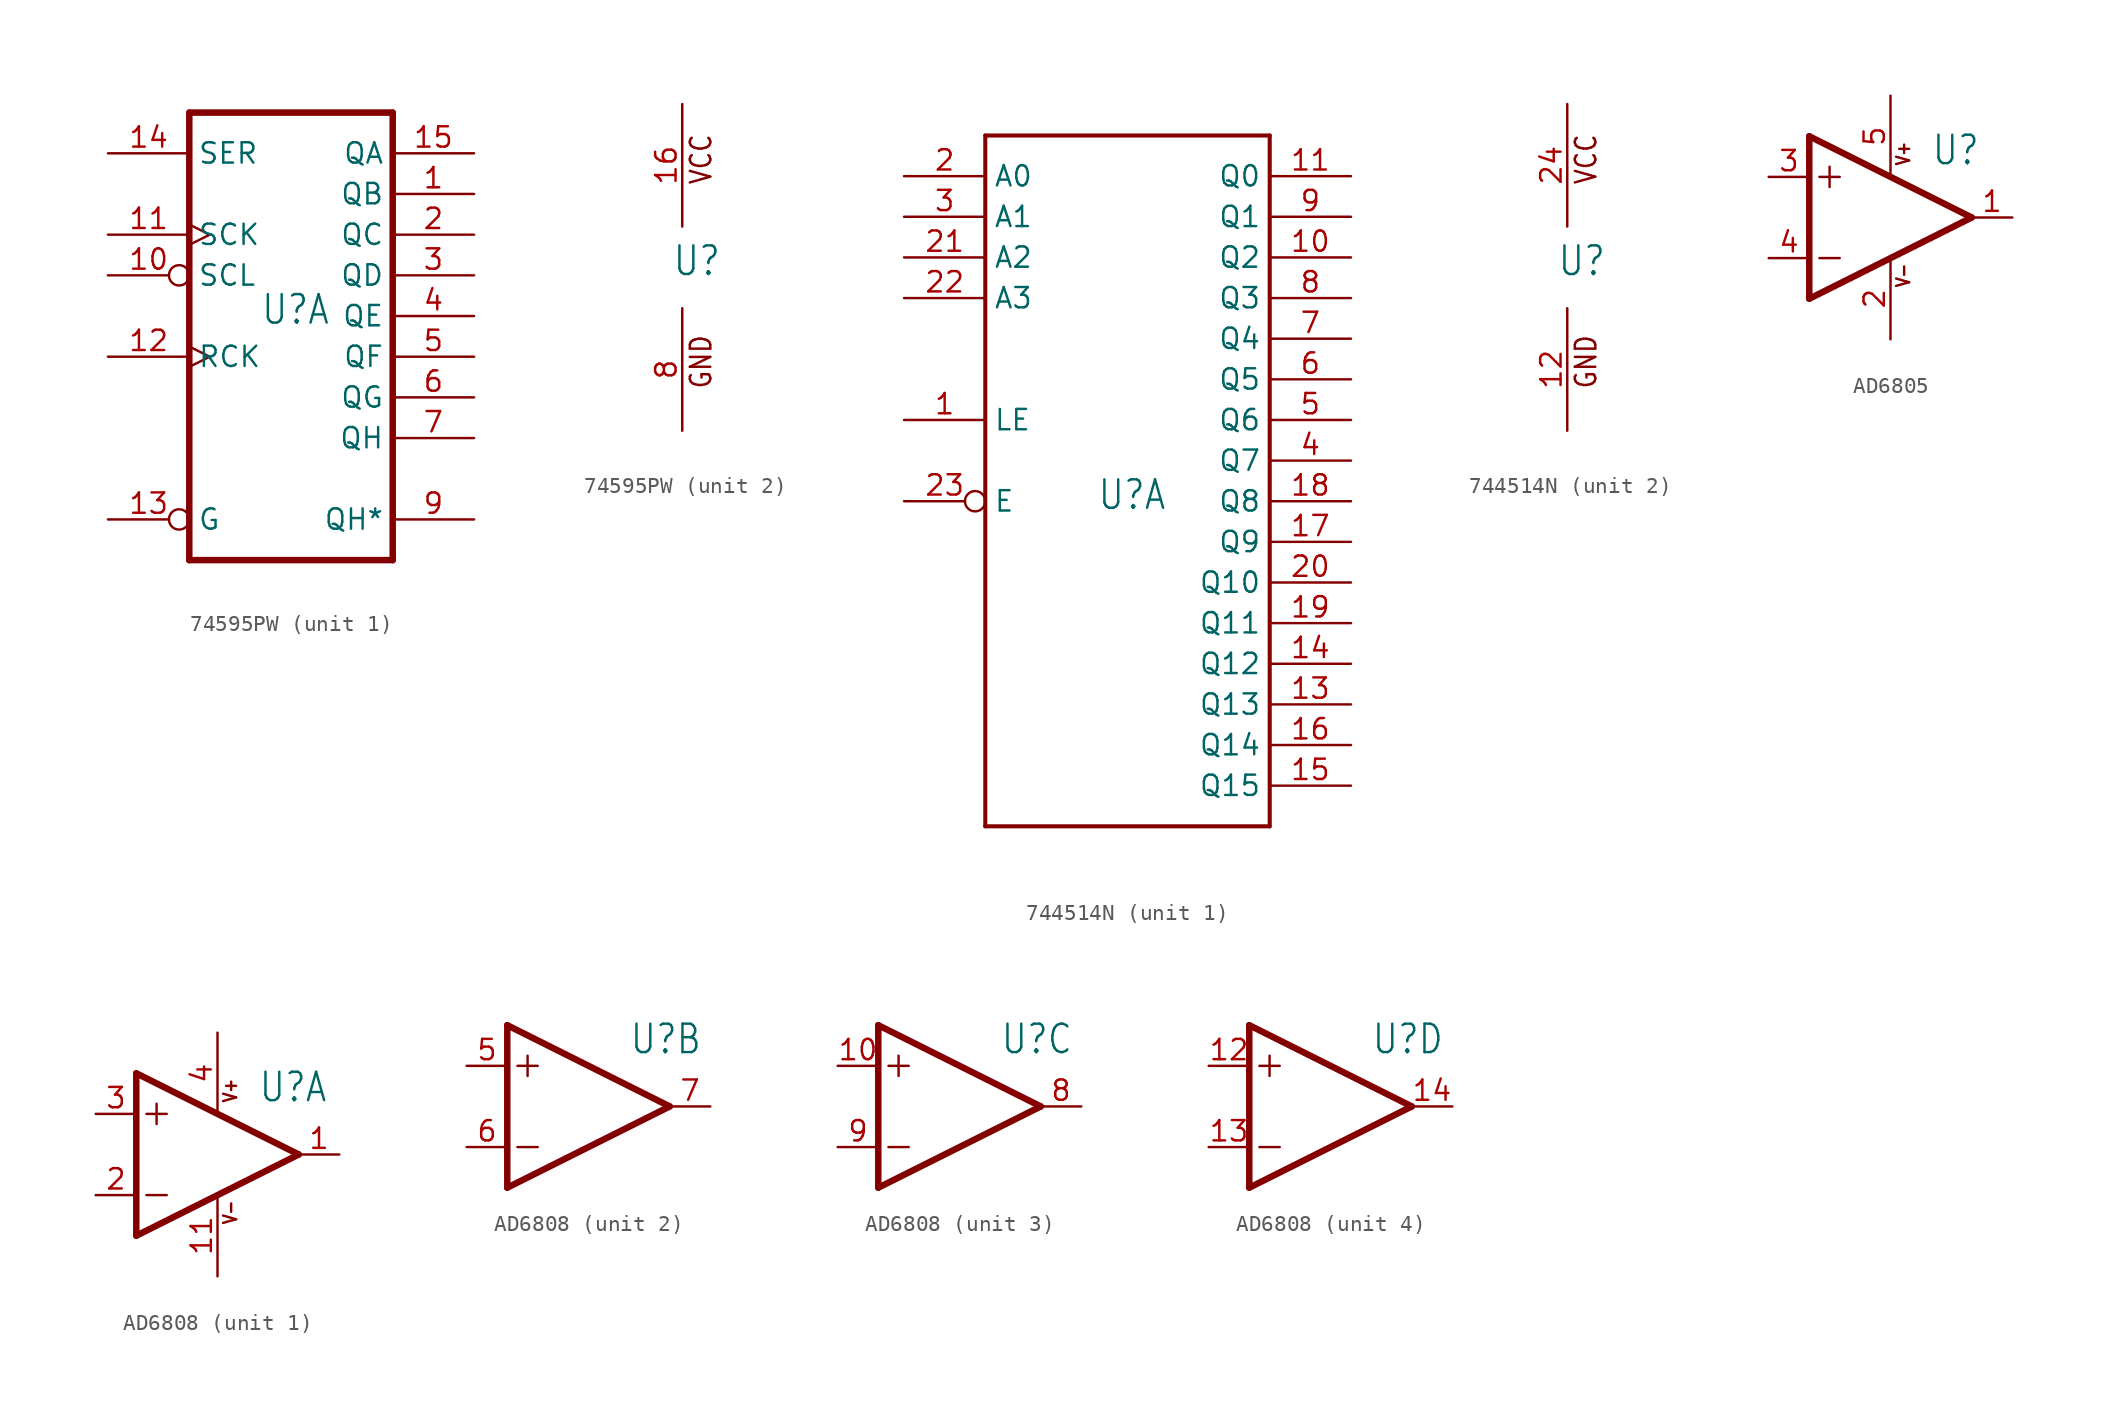
<source format=kicad_sym>
(kicad_symbol_lib
  (version 20231120)
  (generator "kicad_symbol_editor")
  (generator_version "8.0")
  (symbol "74595PW"
    (property "Reference" "U"
      (at -0.635 -0.635 0)
      (effects (font (size 1.778 1.511)) (justify left bottom)))
    (property "ki_locked" ""
      (at 0 0 0)
      (effects (font (size 1.27 1.27))))
    (symbol "74595PW_1_0"
      (polyline (pts (xy -5.08 -15.24) (xy 7.62 -15.24)) (stroke (width 0.406) (type solid)) (fill (type none)))
      (polyline (pts (xy -5.08 12.7) (xy -5.08 -15.24)) (stroke (width 0.406) (type solid)) (fill (type none)))
      (polyline (pts (xy 7.62 -15.24) (xy 7.62 12.7)) (stroke (width 0.406) (type solid)) (fill (type none)))
      (polyline (pts (xy 7.62 12.7) (xy -5.08 12.7)) (stroke (width 0.406) (type solid)) (fill (type none)))
      (pin tri_state line (at 12.7 7.62 180) (length 5.08) (name "QB" (effects (font (size 1.27 1.27)))) (number "1" (effects (font (size 1.27 1.27)))))
      (pin input inverted (at -10.16 2.54 0) (length 5.08) (name "SCL" (effects (font (size 1.27 1.27)))) (number "10" (effects (font (size 1.27 1.27)))))
      (pin input clock (at -10.16 5.08 0) (length 5.08) (name "SCK" (effects (font (size 1.27 1.27)))) (number "11" (effects (font (size 1.27 1.27)))))
      (pin input clock (at -10.16 -2.54 0) (length 5.08) (name "RCK" (effects (font (size 1.27 1.27)))) (number "12" (effects (font (size 1.27 1.27)))))
      (pin input inverted (at -10.16 -12.7 0) (length 5.08) (name "G" (effects (font (size 1.27 1.27)))) (number "13" (effects (font (size 1.27 1.27)))))
      (pin input line (at -10.16 10.16 0) (length 5.08) (name "SER" (effects (font (size 1.27 1.27)))) (number "14" (effects (font (size 1.27 1.27)))))
      (pin tri_state line (at 12.7 10.16 180) (length 5.08) (name "QA" (effects (font (size 1.27 1.27)))) (number "15" (effects (font (size 1.27 1.27)))))
      (pin tri_state line (at 12.7 5.08 180) (length 5.08) (name "QC" (effects (font (size 1.27 1.27)))) (number "2" (effects (font (size 1.27 1.27)))))
      (pin tri_state line (at 12.7 2.54 180) (length 5.08) (name "QD" (effects (font (size 1.27 1.27)))) (number "3" (effects (font (size 1.27 1.27)))))
      (pin tri_state line (at 12.7 0 180) (length 5.08) (name "QE" (effects (font (size 1.27 1.27)))) (number "4" (effects (font (size 1.27 1.27)))))
      (pin tri_state line (at 12.7 -2.54 180) (length 5.08) (name "QF" (effects (font (size 1.27 1.27)))) (number "5" (effects (font (size 1.27 1.27)))))
      (pin tri_state line (at 12.7 -5.08 180) (length 5.08) (name "QG" (effects (font (size 1.27 1.27)))) (number "6" (effects (font (size 1.27 1.27)))))
      (pin tri_state line (at 12.7 -7.62 180) (length 5.08) (name "QH" (effects (font (size 1.27 1.27)))) (number "7" (effects (font (size 1.27 1.27)))))
      (pin tri_state line (at 12.7 -12.7 180) (length 5.08) (name "QH*" (effects (font (size 1.27 1.27)))) (number "9" (effects (font (size 1.27 1.27))))))
    (symbol "74595PW_2_0"
      (text "GND" (at 1.905 -7.62 900) (effects (font (size 1.27 1.079)) (justify left bottom)))
      (text "VCC" (at 1.905 5.08 900) (effects (font (size 1.27 1.079)) (justify left bottom)))
      (pin power_in line (at 0 10.16 270) (length 7.62) (name "VCC" (effects (font (size 0 0)))) (number "16" (effects (font (size 1.27 1.27)))))
      (pin power_in line (at 0 -10.16 90) (length 7.62) (name "GND" (effects (font (size 0 0)))) (number "8" (effects (font (size 1.27 1.27)))))))
  (symbol "744514N"
    (property "Reference" "U"
      (at -0.635 -0.635 0)
      (effects (font (size 1.778 1.511)) (justify left bottom)))
    (property "ki_locked" ""
      (at 0 0 0)
      (effects (font (size 1.27 1.27))))
    (symbol "744514N_1_0"
      (polyline (pts (xy -7.62 -20.32) (xy -7.62 22.86)) (stroke (width 0.254) (type solid)) (fill (type none)))
      (polyline (pts (xy -7.62 22.86) (xy 10.16 22.86)) (stroke (width 0.254) (type solid)) (fill (type none)))
      (polyline (pts (xy 10.16 -20.32) (xy -7.62 -20.32)) (stroke (width 0.254) (type solid)) (fill (type none)))
      (polyline (pts (xy 10.16 22.86) (xy 10.16 -20.32)) (stroke (width 0.254) (type solid)) (fill (type none)))
      (pin bidirectional line (at -12.7 5.08 0) (length 5.08) (name "LE" (effects (font (size 1.27 1.27)))) (number "1" (effects (font (size 1.27 1.27)))))
      (pin bidirectional line (at 15.24 15.24 180) (length 5.08) (name "Q2" (effects (font (size 1.27 1.27)))) (number "10" (effects (font (size 1.27 1.27)))))
      (pin bidirectional line (at 15.24 20.32 180) (length 5.08) (name "Q0" (effects (font (size 1.27 1.27)))) (number "11" (effects (font (size 1.27 1.27)))))
      (pin bidirectional line (at 15.24 -12.7 180) (length 5.08) (name "Q13" (effects (font (size 1.27 1.27)))) (number "13" (effects (font (size 1.27 1.27)))))
      (pin bidirectional line (at 15.24 -10.16 180) (length 5.08) (name "Q12" (effects (font (size 1.27 1.27)))) (number "14" (effects (font (size 1.27 1.27)))))
      (pin bidirectional line (at 15.24 -17.78 180) (length 5.08) (name "Q15" (effects (font (size 1.27 1.27)))) (number "15" (effects (font (size 1.27 1.27)))))
      (pin bidirectional line (at 15.24 -15.24 180) (length 5.08) (name "Q14" (effects (font (size 1.27 1.27)))) (number "16" (effects (font (size 1.27 1.27)))))
      (pin bidirectional line (at 15.24 -2.54 180) (length 5.08) (name "Q9" (effects (font (size 1.27 1.27)))) (number "17" (effects (font (size 1.27 1.27)))))
      (pin bidirectional line (at 15.24 0 180) (length 5.08) (name "Q8" (effects (font (size 1.27 1.27)))) (number "18" (effects (font (size 1.27 1.27)))))
      (pin bidirectional line (at 15.24 -7.62 180) (length 5.08) (name "Q11" (effects (font (size 1.27 1.27)))) (number "19" (effects (font (size 1.27 1.27)))))
      (pin bidirectional line (at -12.7 20.32 0) (length 5.08) (name "A0" (effects (font (size 1.27 1.27)))) (number "2" (effects (font (size 1.27 1.27)))))
      (pin bidirectional line (at 15.24 -5.08 180) (length 5.08) (name "Q10" (effects (font (size 1.27 1.27)))) (number "20" (effects (font (size 1.27 1.27)))))
      (pin bidirectional line (at -12.7 15.24 0) (length 5.08) (name "A2" (effects (font (size 1.27 1.27)))) (number "21" (effects (font (size 1.27 1.27)))))
      (pin bidirectional line (at -12.7 12.7 0) (length 5.08) (name "A3" (effects (font (size 1.27 1.27)))) (number "22" (effects (font (size 1.27 1.27)))))
      (pin bidirectional inverted (at -12.7 0 0) (length 5.08) (name "E" (effects (font (size 1.27 1.27)))) (number "23" (effects (font (size 1.27 1.27)))))
      (pin bidirectional line (at -12.7 17.78 0) (length 5.08) (name "A1" (effects (font (size 1.27 1.27)))) (number "3" (effects (font (size 1.27 1.27)))))
      (pin bidirectional line (at 15.24 2.54 180) (length 5.08) (name "Q7" (effects (font (size 1.27 1.27)))) (number "4" (effects (font (size 1.27 1.27)))))
      (pin bidirectional line (at 15.24 5.08 180) (length 5.08) (name "Q6" (effects (font (size 1.27 1.27)))) (number "5" (effects (font (size 1.27 1.27)))))
      (pin bidirectional line (at 15.24 7.62 180) (length 5.08) (name "Q5" (effects (font (size 1.27 1.27)))) (number "6" (effects (font (size 1.27 1.27)))))
      (pin bidirectional line (at 15.24 10.16 180) (length 5.08) (name "Q4" (effects (font (size 1.27 1.27)))) (number "7" (effects (font (size 1.27 1.27)))))
      (pin bidirectional line (at 15.24 12.7 180) (length 5.08) (name "Q3" (effects (font (size 1.27 1.27)))) (number "8" (effects (font (size 1.27 1.27)))))
      (pin bidirectional line (at 15.24 17.78 180) (length 5.08) (name "Q1" (effects (font (size 1.27 1.27)))) (number "9" (effects (font (size 1.27 1.27))))))
    (symbol "744514N_2_0"
      (text "GND" (at 1.905 -7.62 900) (effects (font (size 1.27 1.079)) (justify left bottom)))
      (text "VCC" (at 1.905 5.08 900) (effects (font (size 1.27 1.079)) (justify left bottom)))
      (pin power_in line (at 0 -10.16 90) (length 7.62) (name "GND" (effects (font (size 0 0)))) (number "12" (effects (font (size 1.27 1.27)))))
      (pin power_in line (at 0 10.16 270) (length 7.62) (name "VCC" (effects (font (size 0 0)))) (number "24" (effects (font (size 1.27 1.27)))))))
  (symbol "AD6805"
    (property "Reference" "U"
      (at 2.54 3.175 0)
      (effects (font (size 1.778 1.511)) (justify left bottom)))
    (property "Value" ""
      (at 2.54 -5.08 0)
      (effects (font (size 1.778 1.511)) (justify left bottom)))
    (property "ki_locked" ""
      (at 0 0 0)
      (effects (font (size 1.27 1.27))))
    (symbol "AD6805_1_0"
      (polyline (pts (xy -5.08 -5.08) (xy 5.08 0)) (stroke (width 0.406) (type solid)) (fill (type none)))
      (polyline (pts (xy -5.08 5.08) (xy -5.08 -5.08)) (stroke (width 0.406) (type solid)) (fill (type none)))
      (polyline (pts (xy -4.445 -2.54) (xy -3.175 -2.54)) (stroke (width 0.152) (type solid)) (fill (type none)))
      (polyline (pts (xy -4.445 2.54) (xy -3.175 2.54)) (stroke (width 0.152) (type solid)) (fill (type none)))
      (polyline (pts (xy -3.81 3.175) (xy -3.81 1.905)) (stroke (width 0.152) (type solid)) (fill (type none)))
      (polyline (pts (xy 5.08 0) (xy -5.08 5.08)) (stroke (width 0.406) (type solid)) (fill (type none)))
      (text "V+" (at 1.27 3.175 900) (effects (font (size 0.813 0.691)) (justify left bottom)))
      (text "V-" (at 1.27 -4.445 900) (effects (font (size 0.813 0.691)) (justify left bottom)))
      (pin output line (at 7.62 0 180) (length 2.54) (name "OUT" (effects (font (size 0 0)))) (number "1" (effects (font (size 1.27 1.27)))))
      (pin power_in line (at 0 -7.62 90) (length 5.08) (name "V-" (effects (font (size 0 0)))) (number "2" (effects (font (size 1.27 1.27)))))
      (pin input line (at -7.62 2.54 0) (length 2.54) (name "+IN" (effects (font (size 0 0)))) (number "3" (effects (font (size 1.27 1.27)))))
      (pin input line (at -7.62 -2.54 0) (length 2.54) (name "-IN" (effects (font (size 0 0)))) (number "4" (effects (font (size 1.27 1.27)))))
      (pin power_in line (at 0 7.62 270) (length 5.08) (name "V+" (effects (font (size 0 0)))) (number "5" (effects (font (size 1.27 1.27)))))))
  (symbol "AD6808"
    (property "Reference" "U"
      (at 2.54 3.175 0)
      (effects (font (size 1.778 1.511)) (justify left bottom)))
    (property "Value" ""
      (at 2.54 -5.08 0)
      (effects (font (size 1.778 1.511)) (justify left bottom)))
    (property "ki_locked" ""
      (at 0 0 0)
      (effects (font (size 1.27 1.27))))
    (symbol "AD6808_1_0"
      (polyline (pts (xy -5.08 -5.08) (xy 5.08 0)) (stroke (width 0.406) (type solid)) (fill (type none)))
      (polyline (pts (xy -5.08 5.08) (xy -5.08 -5.08)) (stroke (width 0.406) (type solid)) (fill (type none)))
      (polyline (pts (xy -4.445 -2.54) (xy -3.175 -2.54)) (stroke (width 0.152) (type solid)) (fill (type none)))
      (polyline (pts (xy -4.445 2.54) (xy -3.175 2.54)) (stroke (width 0.152) (type solid)) (fill (type none)))
      (polyline (pts (xy -3.81 3.175) (xy -3.81 1.905)) (stroke (width 0.152) (type solid)) (fill (type none)))
      (polyline (pts (xy 5.08 0) (xy -5.08 5.08)) (stroke (width 0.406) (type solid)) (fill (type none)))
      (text "V+" (at 1.27 3.175 900) (effects (font (size 0.813 0.691)) (justify left bottom)))
      (text "V-" (at 1.27 -4.445 900) (effects (font (size 0.813 0.691)) (justify left bottom)))
      (pin output line (at 7.62 0 180) (length 2.54) (name "OUT" (effects (font (size 0 0)))) (number "1" (effects (font (size 1.27 1.27)))))
      (pin power_in line (at 0 -7.62 90) (length 5.08) (name "V-" (effects (font (size 0 0)))) (number "11" (effects (font (size 1.27 1.27)))))
      (pin input line (at -7.62 -2.54 0) (length 2.54) (name "-IN" (effects (font (size 0 0)))) (number "2" (effects (font (size 1.27 1.27)))))
      (pin input line (at -7.62 2.54 0) (length 2.54) (name "+IN" (effects (font (size 0 0)))) (number "3" (effects (font (size 1.27 1.27)))))
      (pin power_in line (at 0 7.62 270) (length 5.08) (name "V+" (effects (font (size 0 0)))) (number "4" (effects (font (size 1.27 1.27))))))
    (symbol "AD6808_2_0"
      (polyline (pts (xy -5.08 -5.08) (xy 5.08 0)) (stroke (width 0.406) (type solid)) (fill (type none)))
      (polyline (pts (xy -5.08 5.08) (xy -5.08 -5.08)) (stroke (width 0.406) (type solid)) (fill (type none)))
      (polyline (pts (xy -4.445 -2.54) (xy -3.175 -2.54)) (stroke (width 0.152) (type solid)) (fill (type none)))
      (polyline (pts (xy -4.445 2.54) (xy -3.175 2.54)) (stroke (width 0.152) (type solid)) (fill (type none)))
      (polyline (pts (xy -3.81 3.175) (xy -3.81 1.905)) (stroke (width 0.152) (type solid)) (fill (type none)))
      (polyline (pts (xy 5.08 0) (xy -5.08 5.08)) (stroke (width 0.406) (type solid)) (fill (type none)))
      (pin input line (at -7.62 2.54 0) (length 2.54) (name "+IN" (effects (font (size 0 0)))) (number "5" (effects (font (size 1.27 1.27)))))
      (pin input line (at -7.62 -2.54 0) (length 2.54) (name "-IN" (effects (font (size 0 0)))) (number "6" (effects (font (size 1.27 1.27)))))
      (pin output line (at 7.62 0 180) (length 2.54) (name "OUT" (effects (font (size 0 0)))) (number "7" (effects (font (size 1.27 1.27))))))
    (symbol "AD6808_3_0"
      (polyline (pts (xy -5.08 -5.08) (xy 5.08 0)) (stroke (width 0.406) (type solid)) (fill (type none)))
      (polyline (pts (xy -5.08 5.08) (xy -5.08 -5.08)) (stroke (width 0.406) (type solid)) (fill (type none)))
      (polyline (pts (xy -4.445 -2.54) (xy -3.175 -2.54)) (stroke (width 0.152) (type solid)) (fill (type none)))
      (polyline (pts (xy -4.445 2.54) (xy -3.175 2.54)) (stroke (width 0.152) (type solid)) (fill (type none)))
      (polyline (pts (xy -3.81 3.175) (xy -3.81 1.905)) (stroke (width 0.152) (type solid)) (fill (type none)))
      (polyline (pts (xy 5.08 0) (xy -5.08 5.08)) (stroke (width 0.406) (type solid)) (fill (type none)))
      (pin input line (at -7.62 2.54 0) (length 2.54) (name "+IN" (effects (font (size 0 0)))) (number "10" (effects (font (size 1.27 1.27)))))
      (pin output line (at 7.62 0 180) (length 2.54) (name "OUT" (effects (font (size 0 0)))) (number "8" (effects (font (size 1.27 1.27)))))
      (pin input line (at -7.62 -2.54 0) (length 2.54) (name "-IN" (effects (font (size 0 0)))) (number "9" (effects (font (size 1.27 1.27))))))
    (symbol "AD6808_4_0"
      (polyline (pts (xy -5.08 -5.08) (xy 5.08 0)) (stroke (width 0.406) (type solid)) (fill (type none)))
      (polyline (pts (xy -5.08 5.08) (xy -5.08 -5.08)) (stroke (width 0.406) (type solid)) (fill (type none)))
      (polyline (pts (xy -4.445 -2.54) (xy -3.175 -2.54)) (stroke (width 0.152) (type solid)) (fill (type none)))
      (polyline (pts (xy -4.445 2.54) (xy -3.175 2.54)) (stroke (width 0.152) (type solid)) (fill (type none)))
      (polyline (pts (xy -3.81 3.175) (xy -3.81 1.905)) (stroke (width 0.152) (type solid)) (fill (type none)))
      (polyline (pts (xy 5.08 0) (xy -5.08 5.08)) (stroke (width 0.406) (type solid)) (fill (type none)))
      (pin input line (at -7.62 2.54 0) (length 2.54) (name "+IN" (effects (font (size 0 0)))) (number "12" (effects (font (size 1.27 1.27)))))
      (pin input line (at -7.62 -2.54 0) (length 2.54) (name "-IN" (effects (font (size 0 0)))) (number "13" (effects (font (size 1.27 1.27)))))
      (pin output line (at 7.62 0 180) (length 2.54) (name "OUT" (effects (font (size 0 0)))) (number "14" (effects (font (size 1.27 1.27))))))))
</source>
